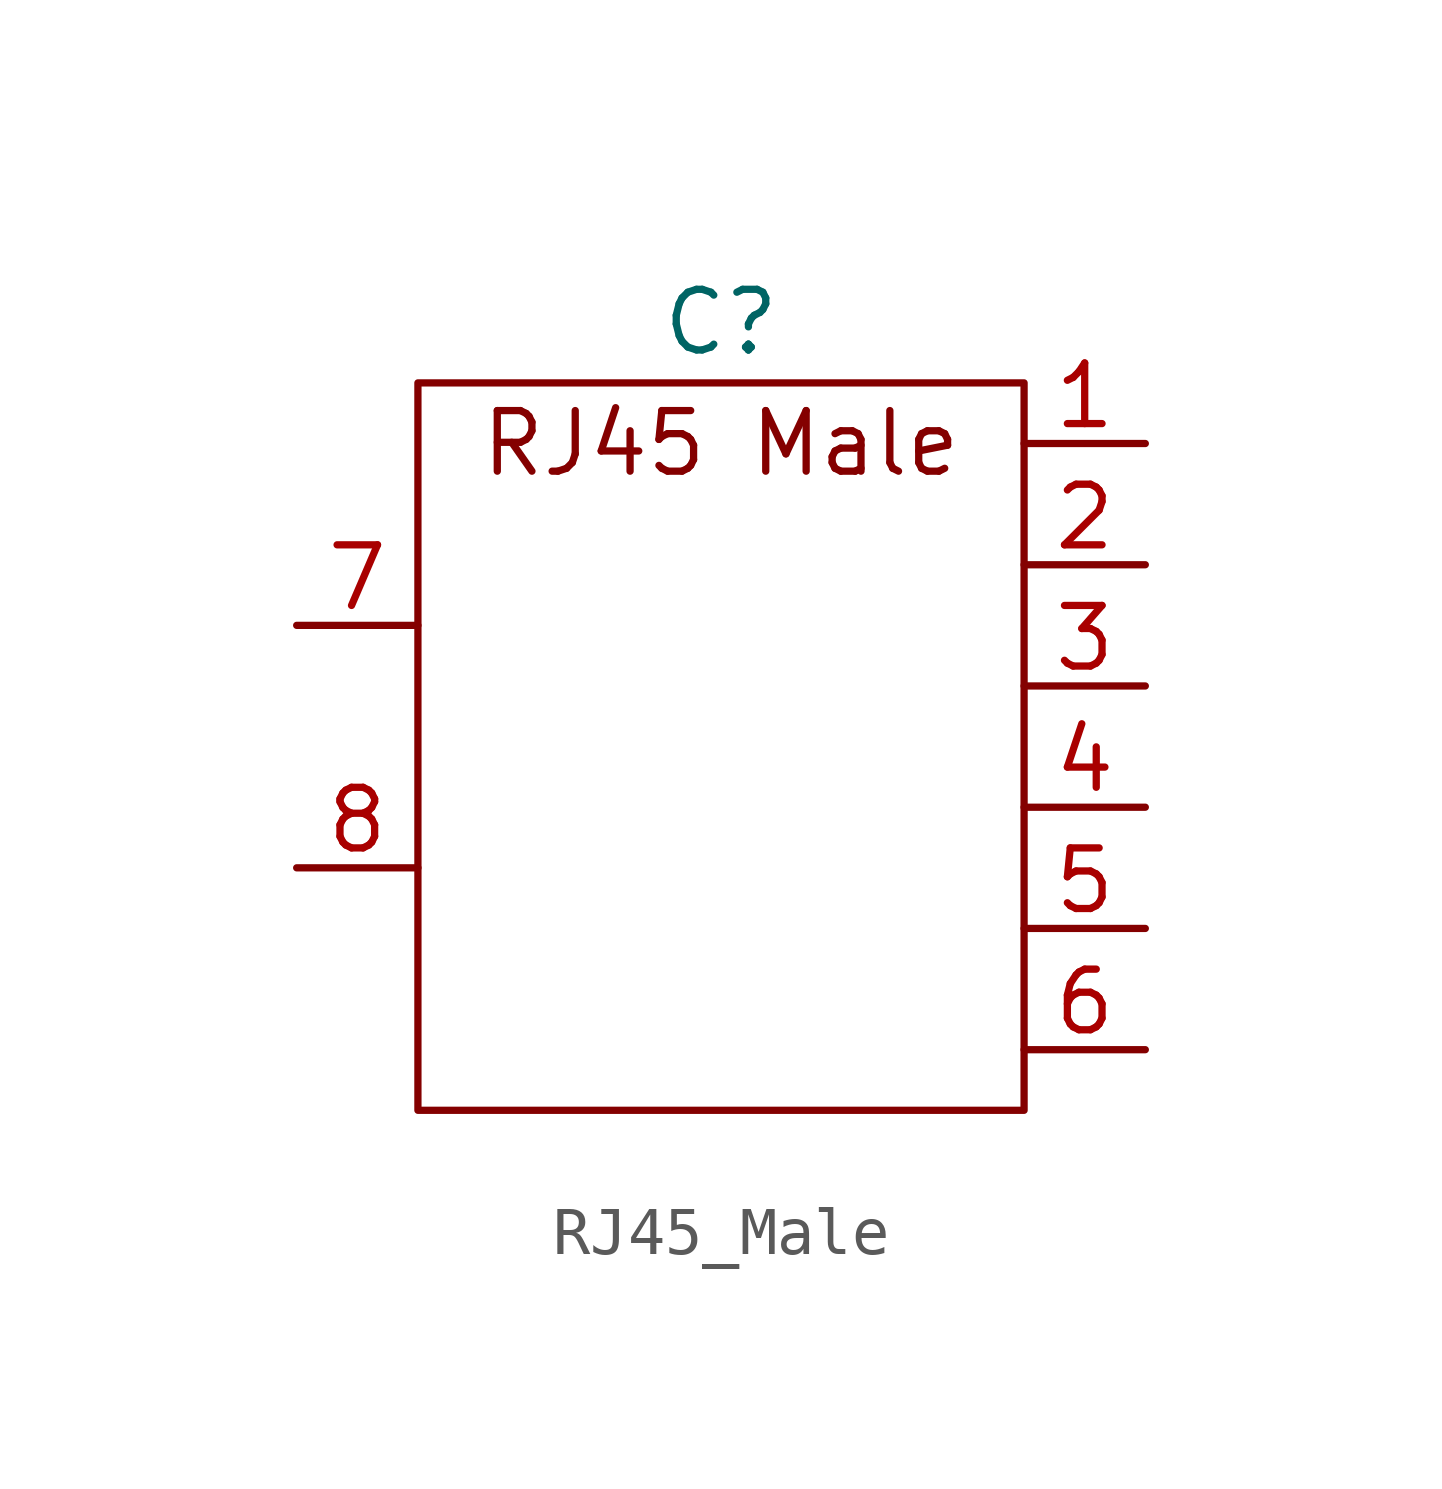
<source format=kicad_sym>
(kicad_symbol_lib
  (version 20231120)
  (generator "kicad_symbol_editor")
  (generator_version "8.0")
  (symbol "RJ45_Male"
    (property "Reference" "C"
      (at 0 0 0)
      (effects (font (size 1.27 1.27))))
    (property "Value" ""
      (at 0 0 0)
      (effects (font (size 1.27 1.27))))
    (symbol "RJ45_Male_0_1"
      (rectangle (start -6.35 -1.27) (end 6.35 -16.51) (stroke (width 0) (type default)) (fill (type none))))
    (symbol "RJ45_Male_1_1"
      (text "RJ45 Male" (at 0 -2.54 0) (effects (font (size 1.27 1.27))))
      (pin bidirectional line (at 8.89 -2.54 180) (length 2.54) (name "" (effects (font (size 1.27 1.27)))) (number "1" (effects (font (size 1.27 1.27)))))
      (pin bidirectional line (at 8.89 -5.08 180) (length 2.54) (name "" (effects (font (size 1.27 1.27)))) (number "2" (effects (font (size 1.27 1.27)))))
      (pin unspecified line (at 8.89 -7.62 180) (length 2.54) (name "" (effects (font (size 1.27 1.27)))) (number "3" (effects (font (size 1.27 1.27)))))
      (pin unspecified line (at 8.89 -10.16 180) (length 2.54) (name "" (effects (font (size 1.27 1.27)))) (number "4" (effects (font (size 1.27 1.27)))))
      (pin unspecified line (at 8.89 -12.7 180) (length 2.54) (name "" (effects (font (size 1.27 1.27)))) (number "5" (effects (font (size 1.27 1.27)))))
      (pin unspecified line (at 8.89 -15.24 180) (length 2.54) (name "" (effects (font (size 1.27 1.27)))) (number "6" (effects (font (size 1.27 1.27)))))
      (pin bidirectional line (at -8.89 -6.35 0) (length 2.54) (name "" (effects (font (size 1.27 1.27)))) (number "7" (effects (font (size 1.27 1.27)))))
      (pin bidirectional line (at -8.89 -11.43 0) (length 2.54) (name "" (effects (font (size 1.27 1.27)))) (number "8" (effects (font (size 1.27 1.27))))))))
</source>
